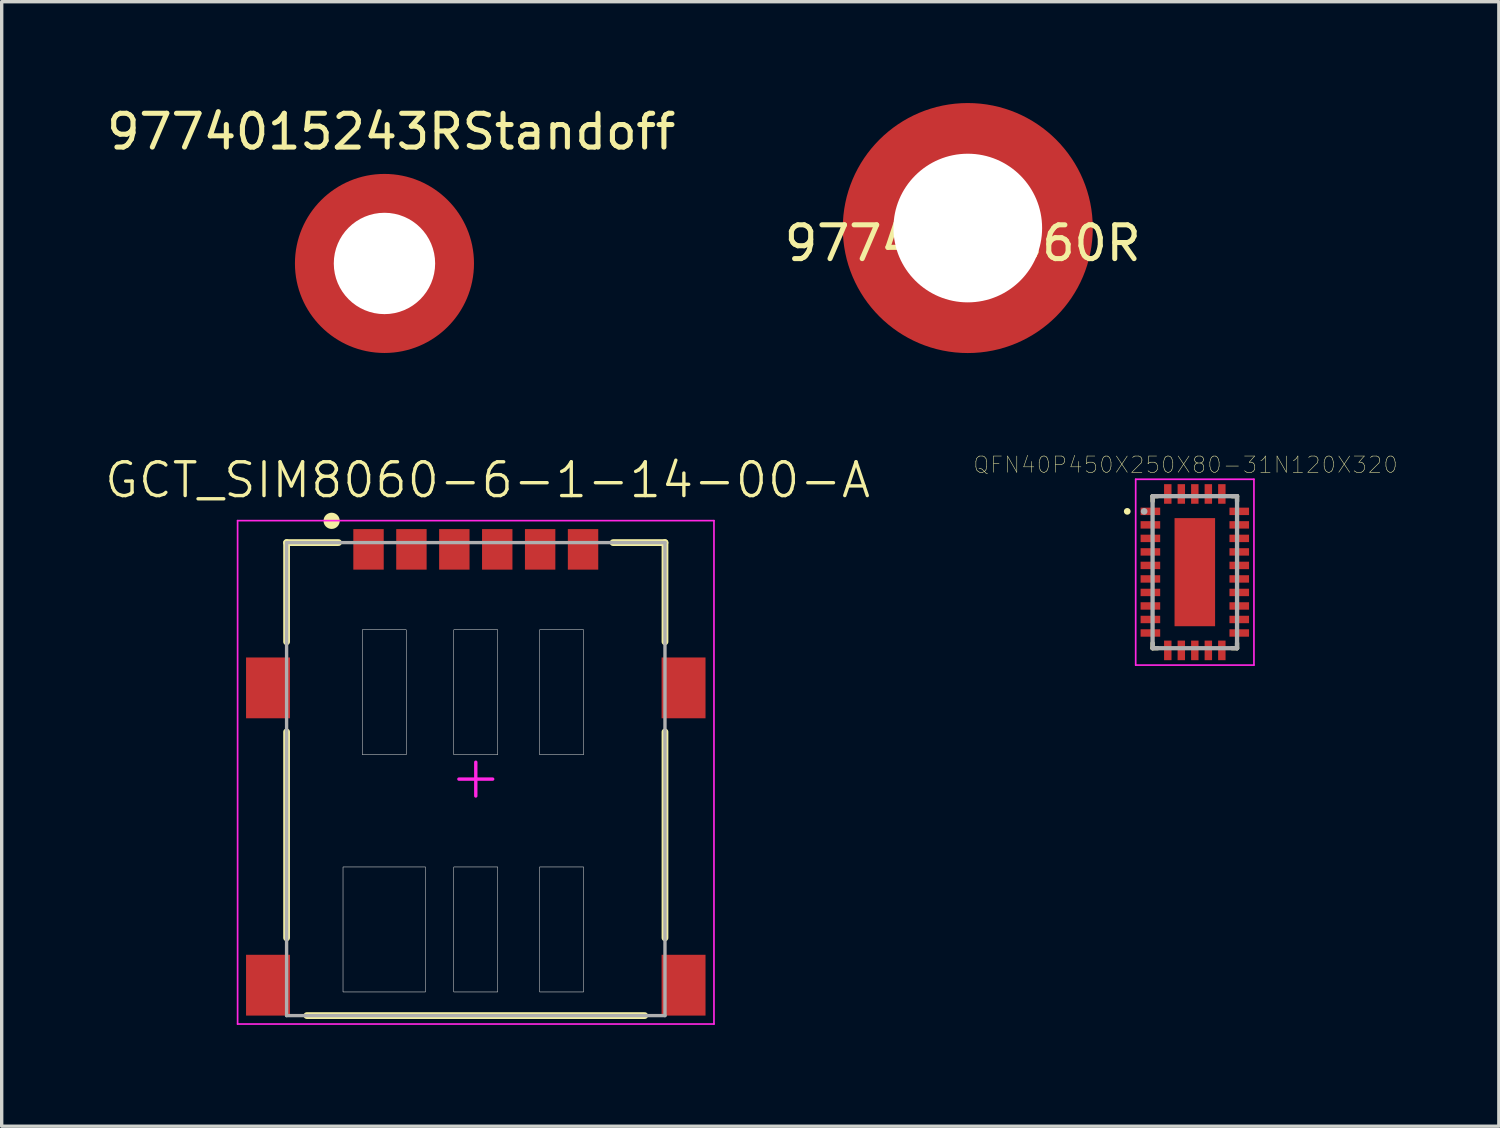
<source format=kicad_pcb>
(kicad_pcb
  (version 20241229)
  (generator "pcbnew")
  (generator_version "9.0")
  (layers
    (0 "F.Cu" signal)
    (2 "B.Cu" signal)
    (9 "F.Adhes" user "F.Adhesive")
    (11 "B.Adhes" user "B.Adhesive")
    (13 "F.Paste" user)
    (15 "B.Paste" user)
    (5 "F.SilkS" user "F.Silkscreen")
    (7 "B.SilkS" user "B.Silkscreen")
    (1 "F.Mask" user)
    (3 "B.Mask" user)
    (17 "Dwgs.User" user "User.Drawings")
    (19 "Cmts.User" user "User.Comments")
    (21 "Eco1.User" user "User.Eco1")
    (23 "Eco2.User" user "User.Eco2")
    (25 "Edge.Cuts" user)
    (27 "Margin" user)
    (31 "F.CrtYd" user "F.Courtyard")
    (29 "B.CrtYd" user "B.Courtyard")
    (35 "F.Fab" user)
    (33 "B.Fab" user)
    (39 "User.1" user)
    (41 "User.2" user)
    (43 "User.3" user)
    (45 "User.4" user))
  (footprint "9774020360R"
    (layer "F.Cu")
    (at 25.596 3.7)
    (property "Reference" "9774020360R" (at -0.15 0.45 0) (layer "F.SilkS") (effects (font (size 1 1) (thickness 0.15))))
    (attr through_hole)
    (fp_poly (pts (xy -2.54 0.254) (xy -3.302 0.254) (xy -3.302 -0.508) (xy -2.54 -0.508)) (stroke (width 0.1) (type solid)) (fill yes) (layer "F.Paste"))
    (fp_poly (pts (xy -1.778 -1.778) (xy -2.54 -1.778) (xy -2.54 -2.54) (xy -1.778 -2.54)) (stroke (width 0.1) (type solid)) (fill yes) (layer "F.Paste"))
    (fp_poly (pts (xy -1.778 2.54) (xy -2.54 2.54) (xy -2.54 1.778) (xy -1.778 1.778)) (stroke (width 0.1) (type solid)) (fill yes) (layer "F.Paste"))
    (fp_poly (pts (xy 0.254 -2.54) (xy -0.508 -2.54) (xy -0.508 -3.302) (xy 0.254 -3.302)) (stroke (width 0.1) (type solid)) (fill yes) (layer "F.Paste"))
    (fp_poly (pts (xy 0.254 3.302) (xy -0.508 3.302) (xy -0.508 2.54) (xy 0.254 2.54)) (stroke (width 0.1) (type solid)) (fill yes) (layer "F.Paste"))
    (fp_poly (pts (xy 2.54 -1.778) (xy 1.778 -1.778) (xy 1.778 -2.54) (xy 2.54 -2.54)) (stroke (width 0.1) (type solid)) (fill yes) (layer "F.Paste"))
    (fp_poly (pts (xy 2.54 2.54) (xy 1.778 2.54) (xy 1.778 1.778) (xy 2.54 1.778)) (stroke (width 0.1) (type solid)) (fill yes) (layer "F.Paste"))
    (fp_poly (pts (xy 3.302 0.254) (xy 2.54 0.254) (xy 2.54 -0.508) (xy 3.302 -0.508)) (stroke (width 0.1) (type solid)) (fill yes) (layer "F.Paste"))
    (pad "" np_thru_hole circle (at 0 0) (size 4.4 4.4) (drill 4.4) (layers "*.Cu" "*.Mask"))
    (pad "" smd circle (at 0 0) (size 7.4 7.4) (layers "F.Cu" "F.Mask")))
  (footprint "GCT_SIM8060-6-1-14-00-A"
    (layer "F.Cu")
    (at 11.033 20.011)
    (property "Reference" "GCT_SIM8060-6-1-14-00-A" (at 0.35 -8.85 0) (layer "F.SilkS") (effects (font (size 1 1) (thickness 0.1))))
    (attr through_hole)
    (fp_line (start -5.6 -7) (end -4.064 -7) (stroke (width 0.2) (type solid)) (layer "F.SilkS"))
    (fp_line (start -5.6 -4.064) (end -5.6 -7) (stroke (width 0.2) (type solid)) (layer "F.SilkS"))
    (fp_line (start -5.6 -1.397) (end -5.6 4.699) (stroke (width 0.2) (type solid)) (layer "F.SilkS"))
    (fp_line (start -5 7) (end 5 7) (stroke (width 0.2) (type solid)) (layer "F.SilkS"))
    (fp_line (start 4.064 -7) (end 5.6 -7) (stroke (width 0.2) (type solid)) (layer "F.SilkS"))
    (fp_line (start 5.6 -7) (end 5.6 -4.064) (stroke (width 0.2) (type solid)) (layer "F.SilkS"))
    (fp_line (start 5.6 4.699) (end 5.6 -1.397) (stroke (width 0.2) (type solid)) (layer "F.SilkS"))
    (fp_circle (center -4.267 -7.645) (end -4.147 -7.645) (stroke (width 0.24) (type solid)) (fill no) (layer "F.SilkS"))
    (fp_poly (pts (xy -3.93 2.6) (xy -1.49 2.6) (xy -1.49 6.3) (xy -3.93 6.3)) (stroke (width 0.01) (type solid)) (fill no) (layer "Dwgs.User"))
    (fp_poly (pts (xy -3.93 2.6) (xy -1.49 2.6) (xy -1.49 6.3) (xy -3.93 6.3)) (stroke (width 0.01) (type solid)) (fill no) (layer "Dwgs.User"))
    (fp_poly (pts (xy -3.36 -4.42) (xy -2.06 -4.42) (xy -2.06 -0.72) (xy -3.36 -0.72)) (stroke (width 0.01) (type solid)) (fill no) (layer "Dwgs.User"))
    (fp_poly (pts (xy -3.36 -4.42) (xy -2.06 -4.42) (xy -2.06 -0.72) (xy -3.36 -0.72)) (stroke (width 0.01) (type solid)) (fill no) (layer "Dwgs.User"))
    (fp_poly (pts (xy -0.65 -4.42) (xy 0.65 -4.42) (xy 0.65 -0.72) (xy -0.65 -0.72)) (stroke (width 0.01) (type solid)) (fill no) (layer "Dwgs.User"))
    (fp_poly (pts (xy -0.65 -4.42) (xy 0.65 -4.42) (xy 0.65 -0.72) (xy -0.65 -0.72)) (stroke (width 0.01) (type solid)) (fill no) (layer "Dwgs.User"))
    (fp_poly (pts (xy -0.65 2.6) (xy 0.65 2.6) (xy 0.65 6.3) (xy -0.65 6.3)) (stroke (width 0.01) (type solid)) (fill no) (layer "Dwgs.User"))
    (fp_poly (pts (xy -0.65 2.6) (xy 0.65 2.6) (xy 0.65 6.3) (xy -0.65 6.3)) (stroke (width 0.01) (type solid)) (fill no) (layer "Dwgs.User"))
    (fp_poly (pts (xy 1.89 -4.42) (xy 3.19 -4.42) (xy 3.19 -0.72) (xy 1.89 -0.72)) (stroke (width 0.01) (type solid)) (fill no) (layer "Dwgs.User"))
    (fp_poly (pts (xy 1.89 -4.42) (xy 3.19 -4.42) (xy 3.19 -0.72) (xy 1.89 -0.72)) (stroke (width 0.01) (type solid)) (fill no) (layer "Dwgs.User"))
    (fp_poly (pts (xy 1.89 2.6) (xy 3.19 2.6) (xy 3.19 6.3) (xy 1.89 6.3)) (stroke (width 0.01) (type solid)) (fill no) (layer "Dwgs.User"))
    (fp_poly (pts (xy 1.89 2.6) (xy 3.19 2.6) (xy 3.19 6.3) (xy 1.89 6.3)) (stroke (width 0.01) (type solid)) (fill no) (layer "Dwgs.User"))
    (fp_line (start -7.05 -7.65) (end 7.05 -7.65) (stroke (width 0.05) (type solid)) (layer "F.CrtYd"))
    (fp_line (start -7.05 7.25) (end -7.05 -7.65) (stroke (width 0.05) (type solid)) (layer "F.CrtYd"))
    (fp_line (start -0.5 0) (end 0.5 0) (stroke (width 0.1) (type solid)) (layer "F.CrtYd"))
    (fp_line (start 0 -0.5) (end 0 0.5) (stroke (width 0.1) (type solid)) (layer "F.CrtYd"))
    (fp_line (start 7.05 -7.65) (end 7.05 7.25) (stroke (width 0.05) (type solid)) (layer "F.CrtYd"))
    (fp_line (start 7.05 7.25) (end -7.05 7.25) (stroke (width 0.05) (type solid)) (layer "F.CrtYd"))
    (fp_line (start -5.6 -7) (end 5.6 -7) (stroke (width 0.1) (type solid)) (layer "F.Fab"))
    (fp_line (start -5.6 7) (end -5.6 -7) (stroke (width 0.1) (type solid)) (layer "F.Fab"))
    (fp_line (start 5.6 -7) (end 5.6 7) (stroke (width 0.1) (type solid)) (layer "F.Fab"))
    (fp_line (start 5.6 7) (end -5.6 7) (stroke (width 0.1) (type solid)) (layer "F.Fab"))
    (pad "C1" smd rect (at -3.175 -6.8) (size 0.9 1.2) (layers "F.Cu" "F.Mask" "F.Paste"))
    (pad "C2" smd rect (at -0.635 -6.8) (size 0.9 1.2) (layers "F.Cu" "F.Mask" "F.Paste"))
    (pad "C3" smd rect (at 1.905 -6.8) (size 0.9 1.2) (layers "F.Cu" "F.Mask" "F.Paste"))
    (pad "C5" smd rect (at -1.905 -6.8) (size 0.9 1.2) (layers "F.Cu" "F.Mask" "F.Paste"))
    (pad "C6" smd rect (at 0.635 -6.8) (size 0.9 1.2) (layers "F.Cu" "F.Mask" "F.Paste"))
    (pad "C7" smd rect (at 3.175 -6.8) (size 0.9 1.2) (layers "F.Cu" "F.Mask" "F.Paste"))
    (pad "GND" smd rect (at -6.15 -2.7) (size 1.3 1.8) (layers "F.Cu" "F.Mask" "F.Paste"))
    (pad "GND" smd rect (at 6.15 -2.7) (size 1.3 1.8) (layers "F.Cu" "F.Mask" "F.Paste"))
    (pad "GND" smd rect (at 6.15 6.1) (size 1.3 1.8) (layers "F.Cu" "F.Mask" "F.Paste"))
    (pad "SW" smd rect (at -6.15 6.1) (size 1.3 1.8) (layers "F.Cu" "F.Mask" "F.Paste")))
  (footprint "9774015243RStandoff"
    (layer "F.Cu")
    (at 8.33 4.748)
    (property "Reference" "9774015243RStandoff" (at 0.2 -3.9 0) (layer "F.SilkS") (effects (font (size 1 1) (thickness 0.15))))
    (attr through_hole)
    (fp_poly (pts (xy -1.35 1.962) (xy -2.112 1.2) (xy -1.35 1.2)) (stroke (width 0.1) (type solid)) (fill yes) (layer "F.Paste"))
    (fp_poly (pts (xy -1.2 -1.238) (xy -1.962 -1.238) (xy -1.2 -2)) (stroke (width 0.1) (type solid)) (fill yes) (layer "F.Paste"))
    (fp_poly (pts (xy 1.3 2.012) (xy 1.3 1.25) (xy 2.062 1.25)) (stroke (width 0.1) (type solid)) (fill yes) (layer "F.Paste"))
    (fp_poly (pts (xy 2.062 -1.138) (xy 1.3 -1.138) (xy 1.3 -1.9)) (stroke (width 0.1) (type solid)) (fill yes) (layer "F.Paste"))
    (fp_poly (pts (xy -1.7 0.304) (xy -2.462 0.304) (xy -2.462 -0.458) (xy -1.7 -0.458)) (stroke (width 0.1) (type solid)) (fill yes) (layer "F.Paste"))
    (fp_poly (pts (xy 0.354 -1.638) (xy -0.408 -1.638) (xy -0.408 -2.4) (xy 0.354 -2.4)) (stroke (width 0.1) (type solid)) (fill yes) (layer "F.Paste"))
    (fp_poly (pts (xy 0.354 2.4) (xy -0.408 2.4) (xy -0.408 1.638) (xy 0.354 1.638)) (stroke (width 0.1) (type solid)) (fill yes) (layer "F.Paste"))
    (fp_poly (pts (xy 2.5 0.304) (xy 1.738 0.304) (xy 1.738 -0.458) (xy 2.5 -0.458)) (stroke (width 0.1) (type solid)) (fill yes) (layer "F.Paste"))
    (pad "" np_thru_hole circle (at 0 0) (size 3 3) (drill 3) (layers "*.Cu" "*.Mask"))
    (pad "" smd circle (at 0 0) (size 5.3 5.3) (layers "F.Cu" "F.Mask")))
  (footprint "QFN40P450X250X80-31N120X320"
    (layer "F.Cu")
    (at 32.316 13.886)
    (property "Reference" "QFN40P450X250X80-31N120X320" (at -0.275 -3.179 0) (layer "F.SilkS") (effects (font (size 0.48 0.48) (thickness 0.015))))
    (attr through_hole)
    (fp_line (start -1.25 -2.25) (end -1.25 -2.1) (stroke (width 0.127) (type solid)) (layer "F.SilkS"))
    (fp_line (start -1.25 -2.25) (end -1.1 -2.25) (stroke (width 0.127) (type solid)) (layer "F.SilkS"))
    (fp_line (start -1.25 2.25) (end -1.25 2.1) (stroke (width 0.127) (type solid)) (layer "F.SilkS"))
    (fp_line (start -1.25 2.25) (end -1.1 2.25) (stroke (width 0.127) (type solid)) (layer "F.SilkS"))
    (fp_line (start 1.25 -2.25) (end 1.1 -2.25) (stroke (width 0.127) (type solid)) (layer "F.SilkS"))
    (fp_line (start 1.25 -2.25) (end 1.25 -2.1) (stroke (width 0.127) (type solid)) (layer "F.SilkS"))
    (fp_line (start 1.25 2.25) (end 1.1 2.25) (stroke (width 0.127) (type solid)) (layer "F.SilkS"))
    (fp_line (start 1.25 2.25) (end 1.25 2.1) (stroke (width 0.127) (type solid)) (layer "F.SilkS"))
    (fp_circle (center -2 -1.8) (end -1.95 -1.8) (stroke (width 0.1) (type solid)) (fill no) (layer "F.SilkS"))
    (fp_poly (pts (xy -1.565 -1.9) (xy -1.065 -1.9) (xy -1.065 -1.7) (xy -1.565 -1.7)) (stroke (width 0.0001) (type solid)) (fill yes) (layer "F.Paste"))
    (fp_poly (pts (xy -1.565 -1.5) (xy -1.065 -1.5) (xy -1.065 -1.3) (xy -1.565 -1.3)) (stroke (width 0.0001) (type solid)) (fill yes) (layer "F.Paste"))
    (fp_poly (pts (xy -1.565 -1.1) (xy -1.065 -1.1) (xy -1.065 -0.9) (xy -1.565 -0.9)) (stroke (width 0.0001) (type solid)) (fill yes) (layer "F.Paste"))
    (fp_poly (pts (xy -1.565 -0.7) (xy -1.065 -0.7) (xy -1.065 -0.5) (xy -1.565 -0.5)) (stroke (width 0.0001) (type solid)) (fill yes) (layer "F.Paste"))
    (fp_poly (pts (xy -1.565 -0.3) (xy -1.065 -0.3) (xy -1.065 -0.1) (xy -1.565 -0.1)) (stroke (width 0.0001) (type solid)) (fill yes) (layer "F.Paste"))
    (fp_poly (pts (xy -1.565 0.1) (xy -1.065 0.1) (xy -1.065 0.3) (xy -1.565 0.3)) (stroke (width 0.0001) (type solid)) (fill yes) (layer "F.Paste"))
    (fp_poly (pts (xy -1.565 0.5) (xy -1.065 0.5) (xy -1.065 0.7) (xy -1.565 0.7)) (stroke (width 0.0001) (type solid)) (fill yes) (layer "F.Paste"))
    (fp_poly (pts (xy -1.565 0.9) (xy -1.065 0.9) (xy -1.065 1.1) (xy -1.565 1.1)) (stroke (width 0.0001) (type solid)) (fill yes) (layer "F.Paste"))
    (fp_poly (pts (xy -1.565 1.3) (xy -1.065 1.3) (xy -1.065 1.5) (xy -1.565 1.5)) (stroke (width 0.0001) (type solid)) (fill yes) (layer "F.Paste"))
    (fp_poly (pts (xy -1.565 1.7) (xy -1.065 1.7) (xy -1.065 1.9) (xy -1.565 1.9)) (stroke (width 0.0001) (type solid)) (fill yes) (layer "F.Paste"))
    (fp_poly (pts (xy -0.9 -2.565) (xy -0.7 -2.565) (xy -0.7 -2.065) (xy -0.9 -2.065)) (stroke (width 0.0001) (type solid)) (fill yes) (layer "F.Paste"))
    (fp_poly (pts (xy -0.9 2.565) (xy -0.7 2.565) (xy -0.7 2.065) (xy -0.9 2.065)) (stroke (width 0.0001) (type solid)) (fill yes) (layer "F.Paste"))
    (fp_poly (pts (xy -0.565 -1.495) (xy 0.565 -1.495) (xy 0.565 -0.105) (xy -0.565 -0.105)) (stroke (width 0.0001) (type solid)) (fill yes) (layer "F.Paste"))
    (fp_poly (pts (xy -0.565 0.105) (xy 0.565 0.105) (xy 0.565 1.495) (xy -0.565 1.495)) (stroke (width 0.0001) (type solid)) (fill yes) (layer "F.Paste"))
    (fp_poly (pts (xy -0.5 -2.565) (xy -0.3 -2.565) (xy -0.3 -2.065) (xy -0.5 -2.065)) (stroke (width 0.0001) (type solid)) (fill yes) (layer "F.Paste"))
    (fp_poly (pts (xy -0.5 2.565) (xy -0.3 2.565) (xy -0.3 2.065) (xy -0.5 2.065)) (stroke (width 0.0001) (type solid)) (fill yes) (layer "F.Paste"))
    (fp_poly (pts (xy -0.1 -2.565) (xy 0.1 -2.565) (xy 0.1 -2.065) (xy -0.1 -2.065)) (stroke (width 0.0001) (type solid)) (fill yes) (layer "F.Paste"))
    (fp_poly (pts (xy -0.1 2.565) (xy 0.1 2.565) (xy 0.1 2.065) (xy -0.1 2.065)) (stroke (width 0.0001) (type solid)) (fill yes) (layer "F.Paste"))
    (fp_poly (pts (xy 0.3 -2.565) (xy 0.5 -2.565) (xy 0.5 -2.065) (xy 0.3 -2.065)) (stroke (width 0.0001) (type solid)) (fill yes) (layer "F.Paste"))
    (fp_poly (pts (xy 0.3 2.565) (xy 0.5 2.565) (xy 0.5 2.065) (xy 0.3 2.065)) (stroke (width 0.0001) (type solid)) (fill yes) (layer "F.Paste"))
    (fp_poly (pts (xy 0.7 -2.565) (xy 0.9 -2.565) (xy 0.9 -2.065) (xy 0.7 -2.065)) (stroke (width 0.0001) (type solid)) (fill yes) (layer "F.Paste"))
    (fp_poly (pts (xy 0.7 2.565) (xy 0.9 2.565) (xy 0.9 2.065) (xy 0.7 2.065)) (stroke (width 0.0001) (type solid)) (fill yes) (layer "F.Paste"))
    (fp_poly (pts (xy 1.065 -1.9) (xy 1.565 -1.9) (xy 1.565 -1.7) (xy 1.065 -1.7)) (stroke (width 0.0001) (type solid)) (fill yes) (layer "F.Paste"))
    (fp_poly (pts (xy 1.065 -1.5) (xy 1.565 -1.5) (xy 1.565 -1.3) (xy 1.065 -1.3)) (stroke (width 0.0001) (type solid)) (fill yes) (layer "F.Paste"))
    (fp_poly (pts (xy 1.065 -1.1) (xy 1.565 -1.1) (xy 1.565 -0.9) (xy 1.065 -0.9)) (stroke (width 0.0001) (type solid)) (fill yes) (layer "F.Paste"))
    (fp_poly (pts (xy 1.065 -0.7) (xy 1.565 -0.7) (xy 1.565 -0.5) (xy 1.065 -0.5)) (stroke (width 0.0001) (type solid)) (fill yes) (layer "F.Paste"))
    (fp_poly (pts (xy 1.065 -0.3) (xy 1.565 -0.3) (xy 1.565 -0.1) (xy 1.065 -0.1)) (stroke (width 0.0001) (type solid)) (fill yes) (layer "F.Paste"))
    (fp_poly (pts (xy 1.065 0.1) (xy 1.565 0.1) (xy 1.565 0.3) (xy 1.065 0.3)) (stroke (width 0.0001) (type solid)) (fill yes) (layer "F.Paste"))
    (fp_poly (pts (xy 1.065 0.5) (xy 1.565 0.5) (xy 1.565 0.7) (xy 1.065 0.7)) (stroke (width 0.0001) (type solid)) (fill yes) (layer "F.Paste"))
    (fp_poly (pts (xy 1.065 0.9) (xy 1.565 0.9) (xy 1.565 1.1) (xy 1.065 1.1)) (stroke (width 0.0001) (type solid)) (fill yes) (layer "F.Paste"))
    (fp_poly (pts (xy 1.065 1.3) (xy 1.565 1.3) (xy 1.565 1.5) (xy 1.065 1.5)) (stroke (width 0.0001) (type solid)) (fill yes) (layer "F.Paste"))
    (fp_poly (pts (xy 1.065 1.7) (xy 1.565 1.7) (xy 1.565 1.9) (xy 1.065 1.9)) (stroke (width 0.0001) (type solid)) (fill yes) (layer "F.Paste"))
    (fp_line (start -1.75 -2.75) (end 1.75 -2.75) (stroke (width 0.05) (type solid)) (layer "F.CrtYd"))
    (fp_line (start -1.75 2.75) (end -1.75 -2.75) (stroke (width 0.05) (type solid)) (layer "F.CrtYd"))
    (fp_line (start -1.75 2.75) (end 1.75 2.75) (stroke (width 0.05) (type solid)) (layer "F.CrtYd"))
    (fp_line (start 1.75 2.75) (end 1.75 -2.75) (stroke (width 0.05) (type solid)) (layer "F.CrtYd"))
    (fp_line (start -1.25 2.25) (end -1.25 -2.25) (stroke (width 0.127) (type solid)) (layer "F.Fab"))
    (fp_line (start 1.25 -2.25) (end -1.25 -2.25) (stroke (width 0.127) (type solid)) (layer "F.Fab"))
    (fp_line (start 1.25 2.25) (end -1.25 2.25) (stroke (width 0.127) (type solid)) (layer "F.Fab"))
    (fp_line (start 1.25 2.25) (end 1.25 -2.25) (stroke (width 0.127) (type solid)) (layer "F.Fab"))
    (fp_circle (center -1.5 -1.8) (end -1.45 -1.8) (stroke (width 0.1) (type solid)) (fill no) (layer "F.Fab"))
    (pad "1" smd rect (at -1.315 -1.8) (size 0.58 0.22) (layers "F.Cu" "F.Mask"))
    (pad "2" smd rect (at -1.315 -1.4) (size 0.58 0.22) (layers "F.Cu" "F.Mask"))
    (pad "3" smd rect (at -1.315 -1) (size 0.58 0.22) (layers "F.Cu" "F.Mask"))
    (pad "4" smd rect (at -1.315 -0.6) (size 0.58 0.22) (layers "F.Cu" "F.Mask"))
    (pad "5" smd rect (at -1.315 -0.2) (size 0.58 0.22) (layers "F.Cu" "F.Mask"))
    (pad "6" smd rect (at -1.315 0.2) (size 0.58 0.22) (layers "F.Cu" "F.Mask"))
    (pad "7" smd rect (at -1.315 0.6) (size 0.58 0.22) (layers "F.Cu" "F.Mask"))
    (pad "8" smd rect (at -1.315 1) (size 0.58 0.22) (layers "F.Cu" "F.Mask"))
    (pad "9" smd rect (at -1.315 1.4) (size 0.58 0.22) (layers "F.Cu" "F.Mask"))
    (pad "10" smd rect (at -1.315 1.8) (size 0.58 0.22) (layers "F.Cu" "F.Mask"))
    (pad "11" smd rect (at -0.8 2.315) (size 0.22 0.58) (layers "F.Cu" "F.Mask"))
    (pad "12" smd rect (at -0.4 2.315) (size 0.22 0.58) (layers "F.Cu" "F.Mask"))
    (pad "13" smd rect (at 0 2.315) (size 0.22 0.58) (layers "F.Cu" "F.Mask"))
    (pad "14" smd rect (at 0.4 2.315) (size 0.22 0.58) (layers "F.Cu" "F.Mask"))
    (pad "15" smd rect (at 0.8 2.315) (size 0.22 0.58) (layers "F.Cu" "F.Mask"))
    (pad "16" smd rect (at 1.315 1.8) (size 0.58 0.22) (layers "F.Cu" "F.Mask"))
    (pad "17" smd rect (at 1.315 1.4) (size 0.58 0.22) (layers "F.Cu" "F.Mask"))
    (pad "18" smd rect (at 1.315 1) (size 0.58 0.22) (layers "F.Cu" "F.Mask"))
    (pad "19" smd rect (at 1.315 0.6) (size 0.58 0.22) (layers "F.Cu" "F.Mask"))
    (pad "20" smd rect (at 1.315 0.2) (size 0.58 0.22) (layers "F.Cu" "F.Mask"))
    (pad "21" smd rect (at 1.315 -0.2) (size 0.58 0.22) (layers "F.Cu" "F.Mask"))
    (pad "22" smd rect (at 1.315 -0.6) (size 0.58 0.22) (layers "F.Cu" "F.Mask"))
    (pad "23" smd rect (at 1.315 -1) (size 0.58 0.22) (layers "F.Cu" "F.Mask"))
    (pad "24" smd rect (at 1.315 -1.4) (size 0.58 0.22) (layers "F.Cu" "F.Mask"))
    (pad "25" smd rect (at 1.315 -1.8) (size 0.58 0.22) (layers "F.Cu" "F.Mask"))
    (pad "26" smd rect (at 0.8 -2.315) (size 0.22 0.58) (layers "F.Cu" "F.Mask"))
    (pad "27" smd rect (at 0.4 -2.315) (size 0.22 0.58) (layers "F.Cu" "F.Mask"))
    (pad "28" smd rect (at 0 -2.315) (size 0.22 0.58) (layers "F.Cu" "F.Mask"))
    (pad "29" smd rect (at -0.4 -2.315) (size 0.22 0.58) (layers "F.Cu" "F.Mask"))
    (pad "30" smd rect (at -0.8 -2.315) (size 0.22 0.58) (layers "F.Cu" "F.Mask"))
    (pad "31" smd rect (at 0 0) (size 1.2 3.2) (layers "F.Cu" "F.Mask")))
  (gr_rect
    (start -3 -3)
    (end 41.315 30.285)
    (stroke (width 0.1) (type default))
    (fill no)
    (layer "Edge.Cuts")))
</source>
